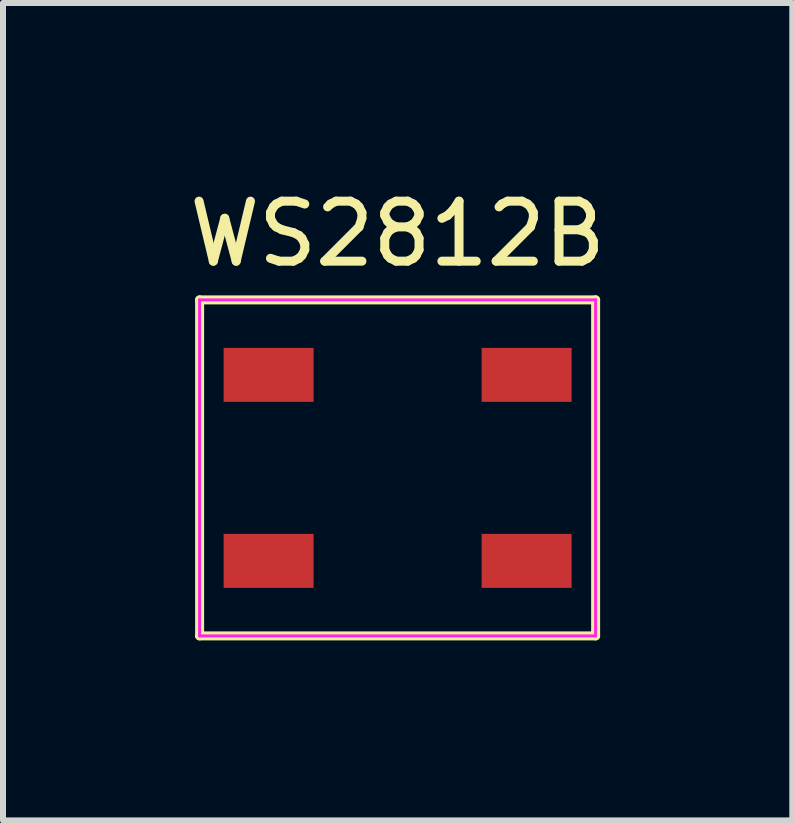
<source format=kicad_pcb>
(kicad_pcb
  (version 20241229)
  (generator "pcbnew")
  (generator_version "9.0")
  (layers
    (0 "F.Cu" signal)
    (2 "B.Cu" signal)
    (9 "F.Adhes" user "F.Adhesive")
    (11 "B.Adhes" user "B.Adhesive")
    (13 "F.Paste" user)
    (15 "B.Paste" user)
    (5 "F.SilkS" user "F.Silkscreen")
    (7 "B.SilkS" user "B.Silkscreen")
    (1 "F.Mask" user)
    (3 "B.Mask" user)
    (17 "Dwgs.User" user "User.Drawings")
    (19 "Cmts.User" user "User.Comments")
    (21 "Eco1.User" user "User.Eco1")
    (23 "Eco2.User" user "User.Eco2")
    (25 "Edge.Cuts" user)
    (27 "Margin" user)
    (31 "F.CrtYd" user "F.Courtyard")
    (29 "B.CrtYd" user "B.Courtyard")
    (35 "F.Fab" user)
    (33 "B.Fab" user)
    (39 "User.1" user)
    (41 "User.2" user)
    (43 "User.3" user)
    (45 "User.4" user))
  (footprint "WS2812B"
    (layer "F.Cu")
    (at 3.577 4.748)
    (property "Reference" "WS2812B" (at 0 -3.9 0) (layer "F.SilkS") (effects (font (size 1 1) (thickness 0.15))))
    (attr smd)
    (fp_line (start -3.3 -2.8) (end -3.3 2.8) (stroke (width 0.15) (type solid)) (layer "F.SilkS"))
    (fp_line (start -3.3 -2.8) (end 3.3 -2.8) (stroke (width 0.15) (type solid)) (layer "F.SilkS"))
    (fp_line (start 3.3 -2.8) (end 3.3 2.8) (stroke (width 0.15) (type solid)) (layer "F.SilkS"))
    (fp_line (start 3.3 2.8) (end -3.3 2.8) (stroke (width 0.15) (type solid)) (layer "F.SilkS"))
    (fp_line (start -3.3 -2.8) (end -3.3 2.8) (stroke (width 0.05) (type solid)) (layer "F.CrtYd"))
    (fp_line (start -3.3 2.8) (end 3.3 2.8) (stroke (width 0.05) (type solid)) (layer "F.CrtYd"))
    (fp_line (start 3.3 -2.8) (end -3.3 -2.8) (stroke (width 0.05) (type solid)) (layer "F.CrtYd"))
    (fp_line (start 3.3 2.8) (end 3.3 -2.8) (stroke (width 0.05) (type solid)) (layer "F.CrtYd"))
    (pad "1" smd rect (at -2.15 -1.55) (size 1.5 0.9) (layers "F.Cu" "F.Mask" "F.Paste"))
    (pad "2" smd rect (at -2.15 1.55) (size 1.5 0.9) (layers "F.Cu" "F.Mask" "F.Paste"))
    (pad "3" smd rect (at 2.15 1.55) (size 1.5 0.9) (layers "F.Cu" "F.Mask" "F.Paste"))
    (pad "4" smd rect (at 2.15 -1.55) (size 1.5 0.9) (layers "F.Cu" "F.Mask" "F.Paste")))
  (gr_rect
    (start -3 -3)
    (end 10.155 10.623)
    (stroke (width 0.1) (type default))
    (fill no)
    (layer "Edge.Cuts")))
</source>
